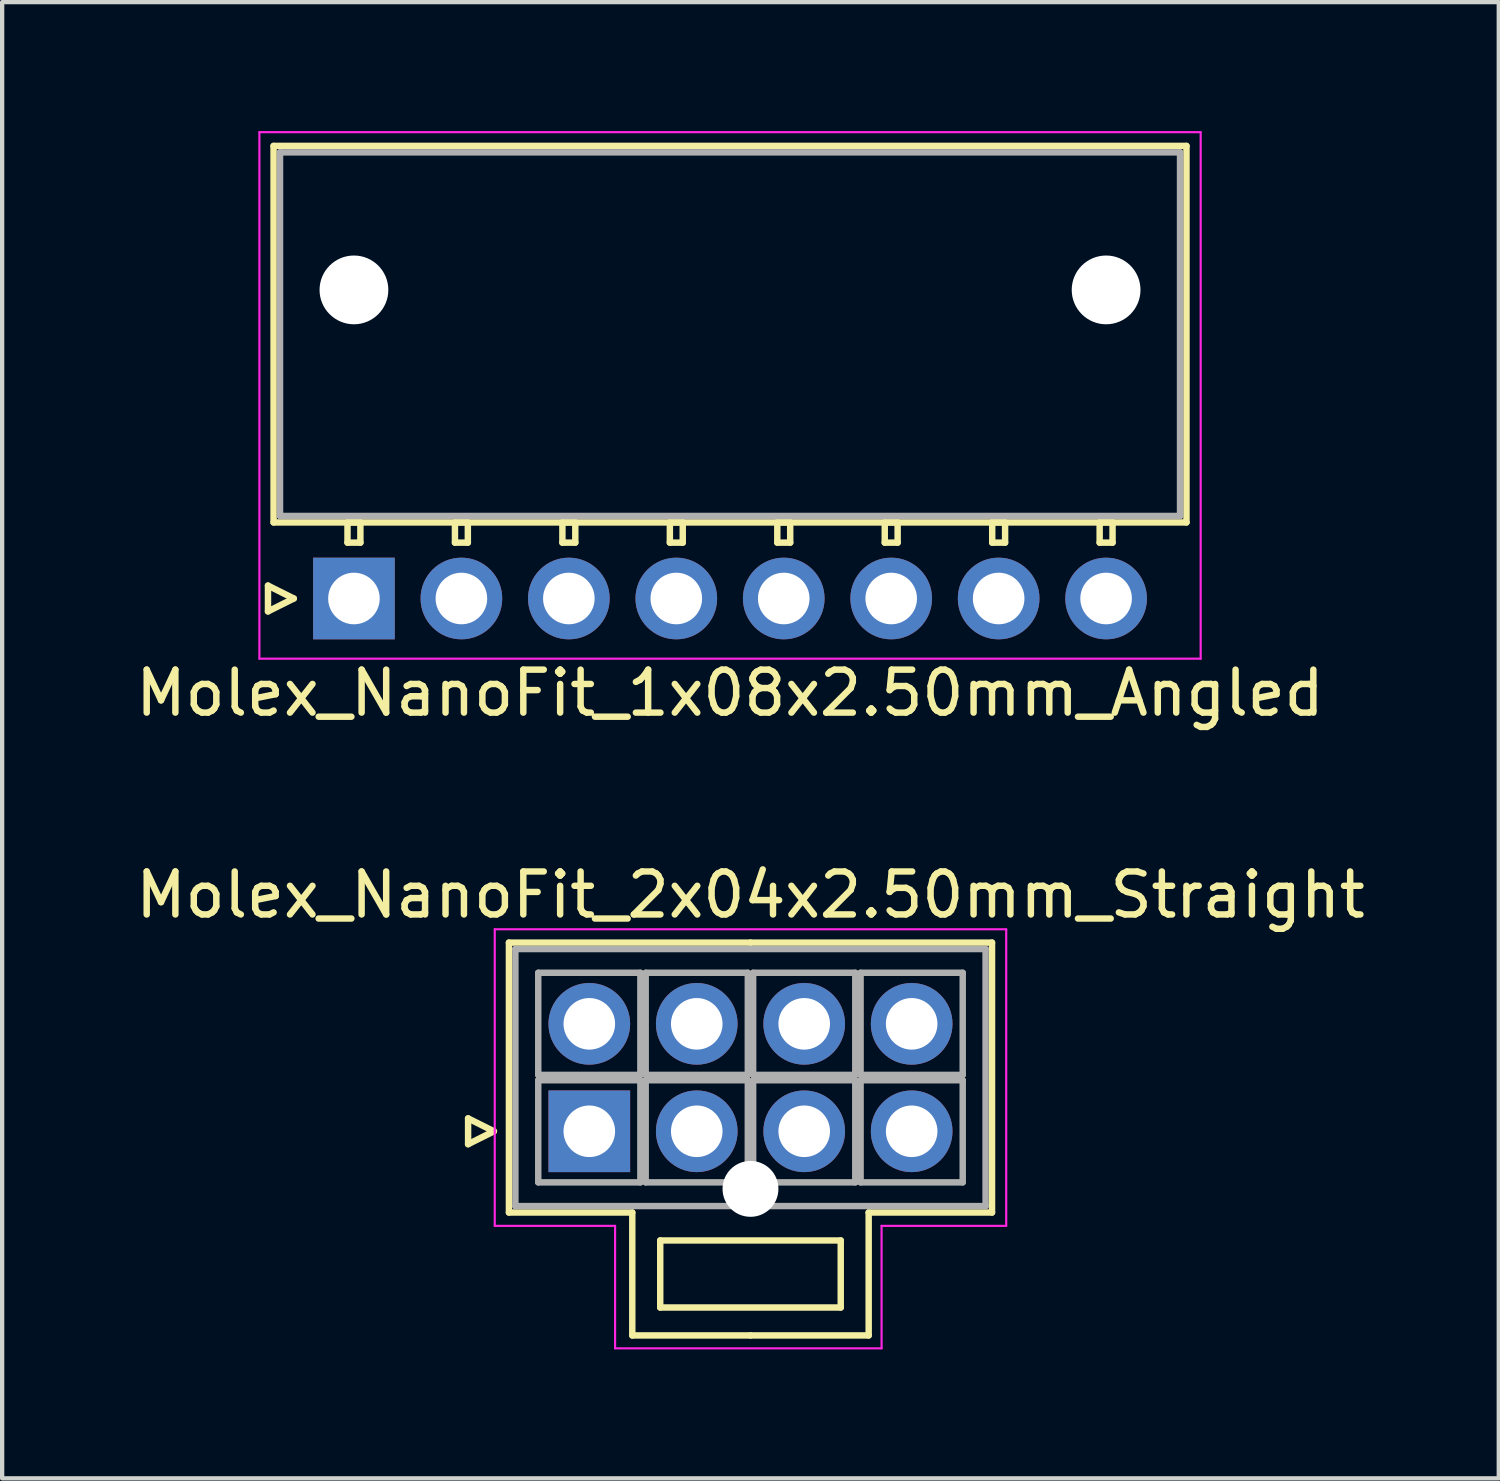
<source format=kicad_pcb>
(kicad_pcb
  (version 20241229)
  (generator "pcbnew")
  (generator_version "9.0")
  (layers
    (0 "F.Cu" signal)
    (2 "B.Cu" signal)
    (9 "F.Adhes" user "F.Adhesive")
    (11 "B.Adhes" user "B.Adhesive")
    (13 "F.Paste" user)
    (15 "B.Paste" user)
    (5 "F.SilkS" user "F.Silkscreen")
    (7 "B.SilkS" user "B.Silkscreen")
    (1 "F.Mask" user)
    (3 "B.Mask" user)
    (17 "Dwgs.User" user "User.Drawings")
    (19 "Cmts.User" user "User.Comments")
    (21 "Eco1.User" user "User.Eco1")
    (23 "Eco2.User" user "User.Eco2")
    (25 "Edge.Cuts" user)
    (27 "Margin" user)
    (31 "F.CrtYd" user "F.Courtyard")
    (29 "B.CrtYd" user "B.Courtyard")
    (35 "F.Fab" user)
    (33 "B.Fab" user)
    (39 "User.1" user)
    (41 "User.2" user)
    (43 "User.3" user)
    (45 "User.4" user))
  (footprint "Molex_NanoFit_1x08x2.50mm_Angled"
    (layer "F.Cu")
    (at 5.185 10.875)
    (property "Reference" "Molex_NanoFit_1x08x2.50mm_Angled" (at 8.75 2.2 0) (layer "F.SilkS") (effects (font (size 1 1) (thickness 0.15))))
    (attr through_hole)
    (fp_line (start -2 -0.3) (end -1.4 0) (stroke (width 0.15) (type solid)) (layer "F.SilkS"))
    (fp_line (start -2 0.3) (end -2 -0.3) (stroke (width 0.15) (type solid)) (layer "F.SilkS"))
    (fp_line (start -1.87 -10.53) (end -1.87 -1.77) (stroke (width 0.15) (type solid)) (layer "F.SilkS"))
    (fp_line (start -1.87 -1.77) (end 19.37 -1.77) (stroke (width 0.15) (type solid)) (layer "F.SilkS"))
    (fp_line (start -1.4 0) (end -2 0.3) (stroke (width 0.15) (type solid)) (layer "F.SilkS"))
    (fp_line (start -0.15 -1.77) (end -0.15 -1.3) (stroke (width 0.15) (type solid)) (layer "F.SilkS"))
    (fp_line (start -0.15 -1.3) (end 0.15 -1.3) (stroke (width 0.15) (type solid)) (layer "F.SilkS"))
    (fp_line (start 0.15 -1.77) (end -0.15 -1.77) (stroke (width 0.15) (type solid)) (layer "F.SilkS"))
    (fp_line (start 0.15 -1.3) (end 0.15 -1.77) (stroke (width 0.15) (type solid)) (layer "F.SilkS"))
    (fp_line (start 2.35 -1.77) (end 2.35 -1.3) (stroke (width 0.15) (type solid)) (layer "F.SilkS"))
    (fp_line (start 2.35 -1.3) (end 2.65 -1.3) (stroke (width 0.15) (type solid)) (layer "F.SilkS"))
    (fp_line (start 2.65 -1.77) (end 2.35 -1.77) (stroke (width 0.15) (type solid)) (layer "F.SilkS"))
    (fp_line (start 2.65 -1.3) (end 2.65 -1.77) (stroke (width 0.15) (type solid)) (layer "F.SilkS"))
    (fp_line (start 4.85 -1.77) (end 4.85 -1.3) (stroke (width 0.15) (type solid)) (layer "F.SilkS"))
    (fp_line (start 4.85 -1.3) (end 5.15 -1.3) (stroke (width 0.15) (type solid)) (layer "F.SilkS"))
    (fp_line (start 5.15 -1.77) (end 4.85 -1.77) (stroke (width 0.15) (type solid)) (layer "F.SilkS"))
    (fp_line (start 5.15 -1.3) (end 5.15 -1.77) (stroke (width 0.15) (type solid)) (layer "F.SilkS"))
    (fp_line (start 7.35 -1.77) (end 7.35 -1.3) (stroke (width 0.15) (type solid)) (layer "F.SilkS"))
    (fp_line (start 7.35 -1.3) (end 7.65 -1.3) (stroke (width 0.15) (type solid)) (layer "F.SilkS"))
    (fp_line (start 7.65 -1.77) (end 7.35 -1.77) (stroke (width 0.15) (type solid)) (layer "F.SilkS"))
    (fp_line (start 7.65 -1.3) (end 7.65 -1.77) (stroke (width 0.15) (type solid)) (layer "F.SilkS"))
    (fp_line (start 9.85 -1.77) (end 9.85 -1.3) (stroke (width 0.15) (type solid)) (layer "F.SilkS"))
    (fp_line (start 9.85 -1.3) (end 10.15 -1.3) (stroke (width 0.15) (type solid)) (layer "F.SilkS"))
    (fp_line (start 10.15 -1.77) (end 9.85 -1.77) (stroke (width 0.15) (type solid)) (layer "F.SilkS"))
    (fp_line (start 10.15 -1.3) (end 10.15 -1.77) (stroke (width 0.15) (type solid)) (layer "F.SilkS"))
    (fp_line (start 12.35 -1.77) (end 12.35 -1.3) (stroke (width 0.15) (type solid)) (layer "F.SilkS"))
    (fp_line (start 12.35 -1.3) (end 12.65 -1.3) (stroke (width 0.15) (type solid)) (layer "F.SilkS"))
    (fp_line (start 12.65 -1.77) (end 12.35 -1.77) (stroke (width 0.15) (type solid)) (layer "F.SilkS"))
    (fp_line (start 12.65 -1.3) (end 12.65 -1.77) (stroke (width 0.15) (type solid)) (layer "F.SilkS"))
    (fp_line (start 14.85 -1.77) (end 14.85 -1.3) (stroke (width 0.15) (type solid)) (layer "F.SilkS"))
    (fp_line (start 14.85 -1.3) (end 15.15 -1.3) (stroke (width 0.15) (type solid)) (layer "F.SilkS"))
    (fp_line (start 15.15 -1.77) (end 14.85 -1.77) (stroke (width 0.15) (type solid)) (layer "F.SilkS"))
    (fp_line (start 15.15 -1.3) (end 15.15 -1.77) (stroke (width 0.15) (type solid)) (layer "F.SilkS"))
    (fp_line (start 17.35 -1.77) (end 17.35 -1.3) (stroke (width 0.15) (type solid)) (layer "F.SilkS"))
    (fp_line (start 17.35 -1.3) (end 17.65 -1.3) (stroke (width 0.15) (type solid)) (layer "F.SilkS"))
    (fp_line (start 17.65 -1.77) (end 17.35 -1.77) (stroke (width 0.15) (type solid)) (layer "F.SilkS"))
    (fp_line (start 17.65 -1.3) (end 17.65 -1.77) (stroke (width 0.15) (type solid)) (layer "F.SilkS"))
    (fp_line (start 19.37 -10.53) (end -1.87 -10.53) (stroke (width 0.15) (type solid)) (layer "F.SilkS"))
    (fp_line (start 19.37 -1.77) (end 19.37 -10.53) (stroke (width 0.15) (type solid)) (layer "F.SilkS"))
    (fp_line (start -2.2 -10.85) (end -2.2 1.4) (stroke (width 0.05) (type solid)) (layer "F.CrtYd"))
    (fp_line (start -2.2 1.4) (end 19.7 1.4) (stroke (width 0.05) (type solid)) (layer "F.CrtYd"))
    (fp_line (start 19.7 -10.85) (end -2.2 -10.85) (stroke (width 0.05) (type solid)) (layer "F.CrtYd"))
    (fp_line (start 19.7 1.4) (end 19.7 -10.85) (stroke (width 0.05) (type solid)) (layer "F.CrtYd"))
    (fp_line (start -1.72 -10.38) (end -1.72 -1.92) (stroke (width 0.15) (type solid)) (layer "F.Fab"))
    (fp_line (start -1.72 -1.92) (end 19.22 -1.92) (stroke (width 0.15) (type solid)) (layer "F.Fab"))
    (fp_line (start 19.22 -10.38) (end -1.72 -10.38) (stroke (width 0.15) (type solid)) (layer "F.Fab"))
    (fp_line (start 19.22 -1.92) (end 19.22 -10.38) (stroke (width 0.15) (type solid)) (layer "F.Fab"))
    (pad "" np_thru_hole circle (at 0 -7.18) (size 1.6 1.6) (drill 1.6) (layers "*.Cu"))
    (pad "" np_thru_hole circle (at 17.5 -7.18) (size 1.6 1.6) (drill 1.6) (layers "*.Cu"))
    (pad "1" thru_hole rect (at 0 0) (size 1.9 1.9) (drill 1.2) (layers "*.Cu" "*.Mask"))
    (pad "2" thru_hole circle (at 2.5 0) (size 1.9 1.9) (drill 1.2) (layers "*.Cu" "*.Mask"))
    (pad "3" thru_hole circle (at 5 0) (size 1.9 1.9) (drill 1.2) (layers "*.Cu" "*.Mask"))
    (pad "4" thru_hole circle (at 7.5 0) (size 1.9 1.9) (drill 1.2) (layers "*.Cu" "*.Mask"))
    (pad "5" thru_hole circle (at 10 0) (size 1.9 1.9) (drill 1.2) (layers "*.Cu" "*.Mask"))
    (pad "6" thru_hole circle (at 12.5 0) (size 1.9 1.9) (drill 1.2) (layers "*.Cu" "*.Mask"))
    (pad "7" thru_hole circle (at 15 0) (size 1.9 1.9) (drill 1.2) (layers "*.Cu" "*.Mask"))
    (pad "8" thru_hole circle (at 17.5 0) (size 1.9 1.9) (drill 1.2) (layers "*.Cu" "*.Mask")))
  (footprint "Molex_NanoFit_2x04x2.50mm_Straight"
    (layer "F.Cu")
    (at 10.661 23.271)
    (property "Reference" "Molex_NanoFit_2x04x2.50mm_Straight" (at 3.75 -5.5 0) (layer "F.SilkS") (effects (font (size 1 1) (thickness 0.15))))
    (attr through_hole)
    (fp_line (start -2.82 -0.3) (end -2.22 0) (stroke (width 0.15) (type solid)) (layer "F.SilkS"))
    (fp_line (start -2.82 0.3) (end -2.82 -0.3) (stroke (width 0.15) (type solid)) (layer "F.SilkS"))
    (fp_line (start -2.22 0) (end -2.82 0.3) (stroke (width 0.15) (type solid)) (layer "F.SilkS"))
    (fp_line (start -1.87 -4.39) (end -1.87 1.89) (stroke (width 0.15) (type solid)) (layer "F.SilkS"))
    (fp_line (start -1.87 1.89) (end 1 1.89) (stroke (width 0.15) (type solid)) (layer "F.SilkS"))
    (fp_line (start 1 1.89) (end 1 4.75) (stroke (width 0.15) (type solid)) (layer "F.SilkS"))
    (fp_line (start 1 4.75) (end 3.75 4.75) (stroke (width 0.15) (type solid)) (layer "F.SilkS"))
    (fp_line (start 1.65 2.54) (end 1.65 4.1) (stroke (width 0.15) (type solid)) (layer "F.SilkS"))
    (fp_line (start 1.65 4.1) (end 5.85 4.1) (stroke (width 0.15) (type solid)) (layer "F.SilkS"))
    (fp_line (start 3.75 -4.39) (end -1.87 -4.39) (stroke (width 0.15) (type solid)) (layer "F.SilkS"))
    (fp_line (start 3.75 -4.39) (end 9.37 -4.39) (stroke (width 0.15) (type solid)) (layer "F.SilkS"))
    (fp_line (start 5.85 2.54) (end 1.65 2.54) (stroke (width 0.15) (type solid)) (layer "F.SilkS"))
    (fp_line (start 5.85 4.1) (end 5.85 2.54) (stroke (width 0.15) (type solid)) (layer "F.SilkS"))
    (fp_line (start 6.5 1.89) (end 6.5 4.75) (stroke (width 0.15) (type solid)) (layer "F.SilkS"))
    (fp_line (start 6.5 4.75) (end 3.75 4.75) (stroke (width 0.15) (type solid)) (layer "F.SilkS"))
    (fp_line (start 9.37 -4.39) (end 9.37 1.89) (stroke (width 0.15) (type solid)) (layer "F.SilkS"))
    (fp_line (start 9.37 1.89) (end 6.5 1.89) (stroke (width 0.15) (type solid)) (layer "F.SilkS"))
    (fp_line (start -2.2 -4.7) (end -2.2 2.2) (stroke (width 0.05) (type solid)) (layer "F.CrtYd"))
    (fp_line (start -2.2 2.2) (end 0.6 2.2) (stroke (width 0.05) (type solid)) (layer "F.CrtYd"))
    (fp_line (start 0.6 2.2) (end 0.6 5.05) (stroke (width 0.05) (type solid)) (layer "F.CrtYd"))
    (fp_line (start 0.6 5.05) (end 6.8 5.05) (stroke (width 0.05) (type solid)) (layer "F.CrtYd"))
    (fp_line (start 6.8 2.2) (end 9.7 2.2) (stroke (width 0.05) (type solid)) (layer "F.CrtYd"))
    (fp_line (start 6.8 5.05) (end 6.8 2.2) (stroke (width 0.05) (type solid)) (layer "F.CrtYd"))
    (fp_line (start 9.7 -4.7) (end -2.2 -4.7) (stroke (width 0.05) (type solid)) (layer "F.CrtYd"))
    (fp_line (start 9.7 2.2) (end 9.7 -4.7) (stroke (width 0.05) (type solid)) (layer "F.CrtYd"))
    (fp_line (start -1.72 -4.24) (end -1.72 1.74) (stroke (width 0.15) (type solid)) (layer "F.Fab"))
    (fp_line (start -1.72 1.74) (end 9.22 1.74) (stroke (width 0.15) (type solid)) (layer "F.Fab"))
    (fp_line (start -1.188 -3.688) (end -1.188 -1.312) (stroke (width 0.15) (type solid)) (layer "F.Fab"))
    (fp_line (start -1.188 -1.312) (end 1.188 -1.312) (stroke (width 0.15) (type solid)) (layer "F.Fab"))
    (fp_line (start -1.188 -1.188) (end -1.188 1.188) (stroke (width 0.15) (type solid)) (layer "F.Fab"))
    (fp_line (start -1.188 1.188) (end 1.188 1.188) (stroke (width 0.15) (type solid)) (layer "F.Fab"))
    (fp_line (start 1.188 -3.688) (end -1.188 -3.688) (stroke (width 0.15) (type solid)) (layer "F.Fab"))
    (fp_line (start 1.188 -1.312) (end 1.188 -3.688) (stroke (width 0.15) (type solid)) (layer "F.Fab"))
    (fp_line (start 1.188 -1.188) (end -1.188 -1.188) (stroke (width 0.15) (type solid)) (layer "F.Fab"))
    (fp_line (start 1.188 1.188) (end 1.188 -1.188) (stroke (width 0.15) (type solid)) (layer "F.Fab"))
    (fp_line (start 1.312 -3.688) (end 1.312 -1.312) (stroke (width 0.15) (type solid)) (layer "F.Fab"))
    (fp_line (start 1.312 -1.312) (end 3.688 -1.312) (stroke (width 0.15) (type solid)) (layer "F.Fab"))
    (fp_line (start 1.312 -1.188) (end 1.312 1.188) (stroke (width 0.15) (type solid)) (layer "F.Fab"))
    (fp_line (start 1.312 1.188) (end 3.688 1.188) (stroke (width 0.15) (type solid)) (layer "F.Fab"))
    (fp_line (start 3.688 -3.688) (end 1.312 -3.688) (stroke (width 0.15) (type solid)) (layer "F.Fab"))
    (fp_line (start 3.688 -1.312) (end 3.688 -3.688) (stroke (width 0.15) (type solid)) (layer "F.Fab"))
    (fp_line (start 3.688 -1.188) (end 1.312 -1.188) (stroke (width 0.15) (type solid)) (layer "F.Fab"))
    (fp_line (start 3.688 1.188) (end 3.688 -1.188) (stroke (width 0.15) (type solid)) (layer "F.Fab"))
    (fp_line (start 3.812 -3.688) (end 3.812 -1.312) (stroke (width 0.15) (type solid)) (layer "F.Fab"))
    (fp_line (start 3.812 -1.312) (end 6.188 -1.312) (stroke (width 0.15) (type solid)) (layer "F.Fab"))
    (fp_line (start 3.812 -1.188) (end 3.812 1.188) (stroke (width 0.15) (type solid)) (layer "F.Fab"))
    (fp_line (start 3.812 1.188) (end 6.188 1.188) (stroke (width 0.15) (type solid)) (layer "F.Fab"))
    (fp_line (start 6.188 -3.688) (end 3.812 -3.688) (stroke (width 0.15) (type solid)) (layer "F.Fab"))
    (fp_line (start 6.188 -1.312) (end 6.188 -3.688) (stroke (width 0.15) (type solid)) (layer "F.Fab"))
    (fp_line (start 6.188 -1.188) (end 3.812 -1.188) (stroke (width 0.15) (type solid)) (layer "F.Fab"))
    (fp_line (start 6.188 1.188) (end 6.188 -1.188) (stroke (width 0.15) (type solid)) (layer "F.Fab"))
    (fp_line (start 6.312 -3.688) (end 6.312 -1.312) (stroke (width 0.15) (type solid)) (layer "F.Fab"))
    (fp_line (start 6.312 -1.312) (end 8.688 -1.312) (stroke (width 0.15) (type solid)) (layer "F.Fab"))
    (fp_line (start 6.312 -1.188) (end 6.312 1.188) (stroke (width 0.15) (type solid)) (layer "F.Fab"))
    (fp_line (start 6.312 1.188) (end 8.688 1.188) (stroke (width 0.15) (type solid)) (layer "F.Fab"))
    (fp_line (start 8.688 -3.688) (end 6.312 -3.688) (stroke (width 0.15) (type solid)) (layer "F.Fab"))
    (fp_line (start 8.688 -1.312) (end 8.688 -3.688) (stroke (width 0.15) (type solid)) (layer "F.Fab"))
    (fp_line (start 8.688 -1.188) (end 6.312 -1.188) (stroke (width 0.15) (type solid)) (layer "F.Fab"))
    (fp_line (start 8.688 1.188) (end 8.688 -1.188) (stroke (width 0.15) (type solid)) (layer "F.Fab"))
    (fp_line (start 9.22 -4.24) (end -1.72 -4.24) (stroke (width 0.15) (type solid)) (layer "F.Fab"))
    (fp_line (start 9.22 1.74) (end 9.22 -4.24) (stroke (width 0.15) (type solid)) (layer "F.Fab"))
    (pad "" np_thru_hole circle (at 3.75 1.34) (size 1.3 1.3) (drill 1.3) (layers "*.Cu"))
    (pad "1" thru_hole rect (at 0 0) (size 1.9 1.9) (drill 1.2) (layers "*.Cu" "*.Mask"))
    (pad "2" thru_hole circle (at 2.5 0) (size 1.9 1.9) (drill 1.2) (layers "*.Cu" "*.Mask"))
    (pad "3" thru_hole circle (at 5 0) (size 1.9 1.9) (drill 1.2) (layers "*.Cu" "*.Mask"))
    (pad "4" thru_hole circle (at 7.5 0) (size 1.9 1.9) (drill 1.2) (layers "*.Cu" "*.Mask"))
    (pad "5" thru_hole circle (at 0 -2.5) (size 1.9 1.9) (drill 1.2) (layers "*.Cu" "*.Mask"))
    (pad "6" thru_hole circle (at 2.5 -2.5) (size 1.9 1.9) (drill 1.2) (layers "*.Cu" "*.Mask"))
    (pad "7" thru_hole circle (at 5 -2.5) (size 1.9 1.9) (drill 1.2) (layers "*.Cu" "*.Mask"))
    (pad "8" thru_hole circle (at 7.5 -2.5) (size 1.9 1.9) (drill 1.2) (layers "*.Cu" "*.Mask")))
  (gr_rect
    (start -3 -3)
    (end 31.821 31.346)
    (stroke (width 0.1) (type default))
    (fill no)
    (layer "Edge.Cuts")))
</source>
